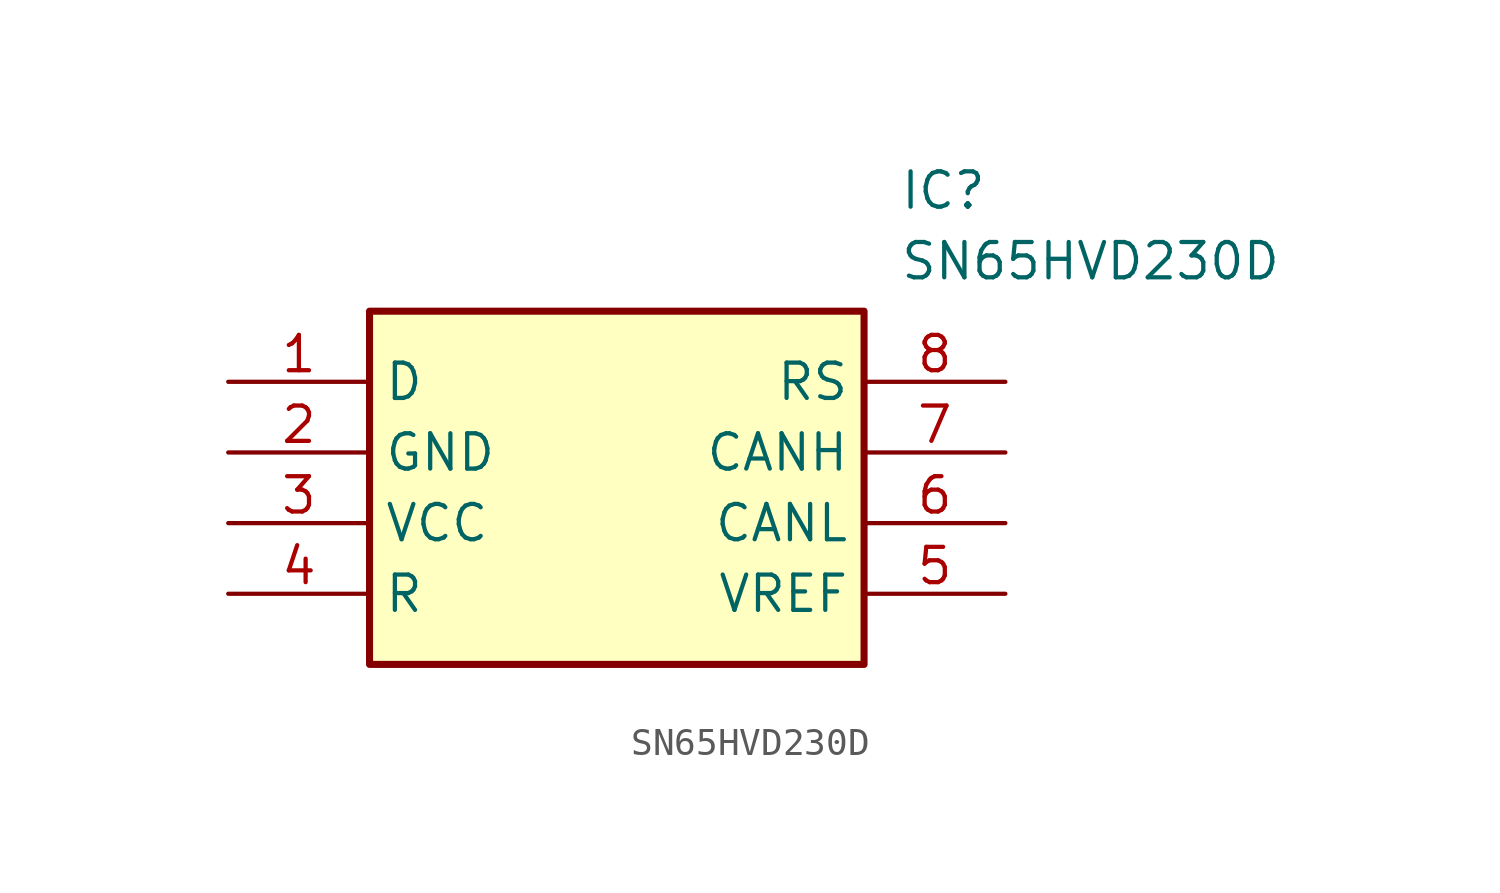
<source format=kicad_sym>
(kicad_symbol_lib
  (version 20211014)
  (generator SamacSys_ECAD_Model)
  (symbol "SN65HVD230D"
    (property "Reference" "IC"
      (at 24.13 7.62 0)
      (effects (font (size 1.27 1.27)) (justify left top)))
    (property "Value" "SN65HVD230D"
      (at 24.13 5.08 0)
      (effects (font (size 1.27 1.27)) (justify left top)))
    (rectangle
      (start 5.08 2.54)
      (end 22.86 -10.16)
      (stroke (width 0.254) (type default))
      (fill (type background)))
    (pin passive line
      (at 0 0 0)
      (length 5.08)
      (name "D" (effects (font (size 1.27 1.27))))
      (number "1" (effects (font (size 1.27 1.27)))))
    (pin passive line
      (at 0 -2.54 0)
      (length 5.08)
      (name "GND" (effects (font (size 1.27 1.27))))
      (number "2" (effects (font (size 1.27 1.27)))))
    (pin passive line
      (at 0 -5.08 0)
      (length 5.08)
      (name "VCC" (effects (font (size 1.27 1.27))))
      (number "3" (effects (font (size 1.27 1.27)))))
    (pin passive line
      (at 0 -7.62 0)
      (length 5.08)
      (name "R" (effects (font (size 1.27 1.27))))
      (number "4" (effects (font (size 1.27 1.27)))))
    (pin passive line
      (at 27.94 0 180)
      (length 5.08)
      (name "RS" (effects (font (size 1.27 1.27))))
      (number "8" (effects (font (size 1.27 1.27)))))
    (pin passive line
      (at 27.94 -2.54 180)
      (length 5.08)
      (name "CANH" (effects (font (size 1.27 1.27))))
      (number "7" (effects (font (size 1.27 1.27)))))
    (pin passive line
      (at 27.94 -5.08 180)
      (length 5.08)
      (name "CANL" (effects (font (size 1.27 1.27))))
      (number "6" (effects (font (size 1.27 1.27)))))
    (pin passive line
      (at 27.94 -7.62 180)
      (length 5.08)
      (name "VREF" (effects (font (size 1.27 1.27))))
      (number "5" (effects (font (size 1.27 1.27)))))))
</source>
